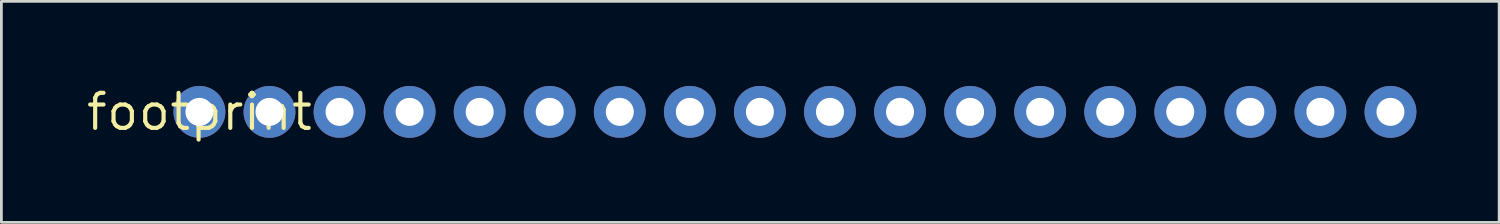
<source format=kicad_pcb>
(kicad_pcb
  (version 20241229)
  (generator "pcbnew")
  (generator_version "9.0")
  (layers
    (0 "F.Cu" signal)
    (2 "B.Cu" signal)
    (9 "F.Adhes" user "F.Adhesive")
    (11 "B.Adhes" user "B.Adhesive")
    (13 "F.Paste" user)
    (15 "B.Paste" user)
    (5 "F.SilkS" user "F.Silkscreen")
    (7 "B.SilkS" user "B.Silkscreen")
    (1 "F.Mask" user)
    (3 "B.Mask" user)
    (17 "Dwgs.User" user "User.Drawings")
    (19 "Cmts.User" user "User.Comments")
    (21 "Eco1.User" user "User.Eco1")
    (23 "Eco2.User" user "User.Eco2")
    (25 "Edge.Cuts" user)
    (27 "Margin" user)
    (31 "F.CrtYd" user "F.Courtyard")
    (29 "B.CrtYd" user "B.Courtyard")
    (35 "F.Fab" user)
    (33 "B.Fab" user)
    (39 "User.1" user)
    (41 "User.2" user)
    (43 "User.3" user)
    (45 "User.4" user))
  (footprint "footprint"
    (layer "F.Cu")
    (at 4.18 1.006)
    (property "Reference" "footprint" (at 0 0 0) (layer "F.SilkS") (effects (font (size 1.27 1.27) (thickness 0.15))))
    (fp_poly (pts (xy -0.254 0.254) (xy 0.254 0.254) (xy 0.254 -0.254) (xy -0.254 -0.254)) (stroke (width 0.1) (type solid)) (fill no) (layer "F.Fab"))
    (fp_poly (pts (xy 2.286 0.254) (xy 2.794 0.254) (xy 2.794 -0.254) (xy 2.286 -0.254)) (stroke (width 0.1) (type solid)) (fill no) (layer "F.Fab"))
    (fp_poly (pts (xy 4.826 0.254) (xy 5.334 0.254) (xy 5.334 -0.254) (xy 4.826 -0.254)) (stroke (width 0.1) (type solid)) (fill no) (layer "F.Fab"))
    (fp_poly (pts (xy 7.366 0.254) (xy 7.874 0.254) (xy 7.874 -0.254) (xy 7.366 -0.254)) (stroke (width 0.1) (type solid)) (fill no) (layer "F.Fab"))
    (fp_poly (pts (xy 9.906 0.254) (xy 10.414 0.254) (xy 10.414 -0.254) (xy 9.906 -0.254)) (stroke (width 0.1) (type solid)) (fill no) (layer "F.Fab"))
    (fp_poly (pts (xy 12.446 0.254) (xy 12.954 0.254) (xy 12.954 -0.254) (xy 12.446 -0.254)) (stroke (width 0.1) (type solid)) (fill no) (layer "F.Fab"))
    (fp_poly (pts (xy 14.986 0.254) (xy 15.494 0.254) (xy 15.494 -0.254) (xy 14.986 -0.254)) (stroke (width 0.1) (type solid)) (fill no) (layer "F.Fab"))
    (fp_poly (pts (xy 17.526 0.254) (xy 18.034 0.254) (xy 18.034 -0.254) (xy 17.526 -0.254)) (stroke (width 0.1) (type solid)) (fill no) (layer "F.Fab"))
    (fp_poly (pts (xy 20.066 0.254) (xy 20.574 0.254) (xy 20.574 -0.254) (xy 20.066 -0.254)) (stroke (width 0.1) (type solid)) (fill no) (layer "F.Fab"))
    (fp_poly (pts (xy 22.606 0.254) (xy 23.114 0.254) (xy 23.114 -0.254) (xy 22.606 -0.254)) (stroke (width 0.1) (type solid)) (fill no) (layer "F.Fab"))
    (fp_poly (pts (xy 25.146 0.254) (xy 25.654 0.254) (xy 25.654 -0.254) (xy 25.146 -0.254)) (stroke (width 0.1) (type solid)) (fill no) (layer "F.Fab"))
    (fp_poly (pts (xy 27.686 0.254) (xy 28.194 0.254) (xy 28.194 -0.254) (xy 27.686 -0.254)) (stroke (width 0.1) (type solid)) (fill no) (layer "F.Fab"))
    (fp_poly (pts (xy 30.226 0.254) (xy 30.734 0.254) (xy 30.734 -0.254) (xy 30.226 -0.254)) (stroke (width 0.1) (type solid)) (fill no) (layer "F.Fab"))
    (fp_poly (pts (xy 32.766 0.254) (xy 33.274 0.254) (xy 33.274 -0.254) (xy 32.766 -0.254)) (stroke (width 0.1) (type solid)) (fill no) (layer "F.Fab"))
    (fp_poly (pts (xy 35.306 0.254) (xy 35.814 0.254) (xy 35.814 -0.254) (xy 35.306 -0.254)) (stroke (width 0.1) (type solid)) (fill no) (layer "F.Fab"))
    (fp_poly (pts (xy 37.846 0.254) (xy 38.354 0.254) (xy 38.354 -0.254) (xy 37.846 -0.254)) (stroke (width 0.1) (type solid)) (fill no) (layer "F.Fab"))
    (fp_poly (pts (xy 40.386 0.254) (xy 40.894 0.254) (xy 40.894 -0.254) (xy 40.386 -0.254)) (stroke (width 0.1) (type solid)) (fill no) (layer "F.Fab"))
    (fp_poly (pts (xy 42.926 0.254) (xy 43.434 0.254) (xy 43.434 -0.254) (xy 42.926 -0.254)) (stroke (width 0.1) (type solid)) (fill no) (layer "F.Fab"))
    (pad "1" thru_hole circle (at 0 0 90) (size 1.88 1.88) (drill 1.016) (layers "*.Cu" "*.Mask"))
    (pad "2" thru_hole circle (at 2.54 0 90) (size 1.88 1.88) (drill 1.016) (layers "*.Cu" "*.Mask"))
    (pad "3" thru_hole circle (at 5.08 0 90) (size 1.88 1.88) (drill 1.016) (layers "*.Cu" "*.Mask"))
    (pad "4" thru_hole circle (at 7.62 0 90) (size 1.88 1.88) (drill 1.016) (layers "*.Cu" "*.Mask"))
    (pad "5" thru_hole circle (at 10.16 0 90) (size 1.88 1.88) (drill 1.016) (layers "*.Cu" "*.Mask"))
    (pad "6" thru_hole circle (at 12.7 0 90) (size 1.88 1.88) (drill 1.016) (layers "*.Cu" "*.Mask"))
    (pad "7" thru_hole circle (at 15.24 0 90) (size 1.88 1.88) (drill 1.016) (layers "*.Cu" "*.Mask"))
    (pad "8" thru_hole circle (at 17.78 0 90) (size 1.88 1.88) (drill 1.016) (layers "*.Cu" "*.Mask"))
    (pad "9" thru_hole circle (at 20.32 0 90) (size 1.88 1.88) (drill 1.016) (layers "*.Cu" "*.Mask"))
    (pad "10" thru_hole circle (at 22.86 0 90) (size 1.88 1.88) (drill 1.016) (layers "*.Cu" "*.Mask"))
    (pad "11" thru_hole circle (at 25.4 0 90) (size 1.88 1.88) (drill 1.016) (layers "*.Cu" "*.Mask"))
    (pad "12" thru_hole circle (at 27.94 0 90) (size 1.88 1.88) (drill 1.016) (layers "*.Cu" "*.Mask"))
    (pad "13" thru_hole circle (at 30.48 0 90) (size 1.88 1.88) (drill 1.016) (layers "*.Cu" "*.Mask"))
    (pad "14" thru_hole circle (at 33.02 0 90) (size 1.88 1.88) (drill 1.016) (layers "*.Cu" "*.Mask"))
    (pad "15" thru_hole circle (at 35.56 0 90) (size 1.88 1.88) (drill 1.016) (layers "*.Cu" "*.Mask"))
    (pad "16" thru_hole circle (at 38.1 0 90) (size 1.88 1.88) (drill 1.016) (layers "*.Cu" "*.Mask"))
    (pad "17" thru_hole circle (at 40.64 0 90) (size 1.88 1.88) (drill 1.016) (layers "*.Cu" "*.Mask"))
    (pad "18" thru_hole circle (at 43.18 0 90) (size 1.88 1.88) (drill 1.016) (layers "*.Cu" "*.Mask")))
  (gr_rect
    (start -3 -3)
    (end 51.3 5.012)
    (stroke (width 0.1) (type default))
    (fill no)
    (layer "Edge.Cuts")))
</source>
